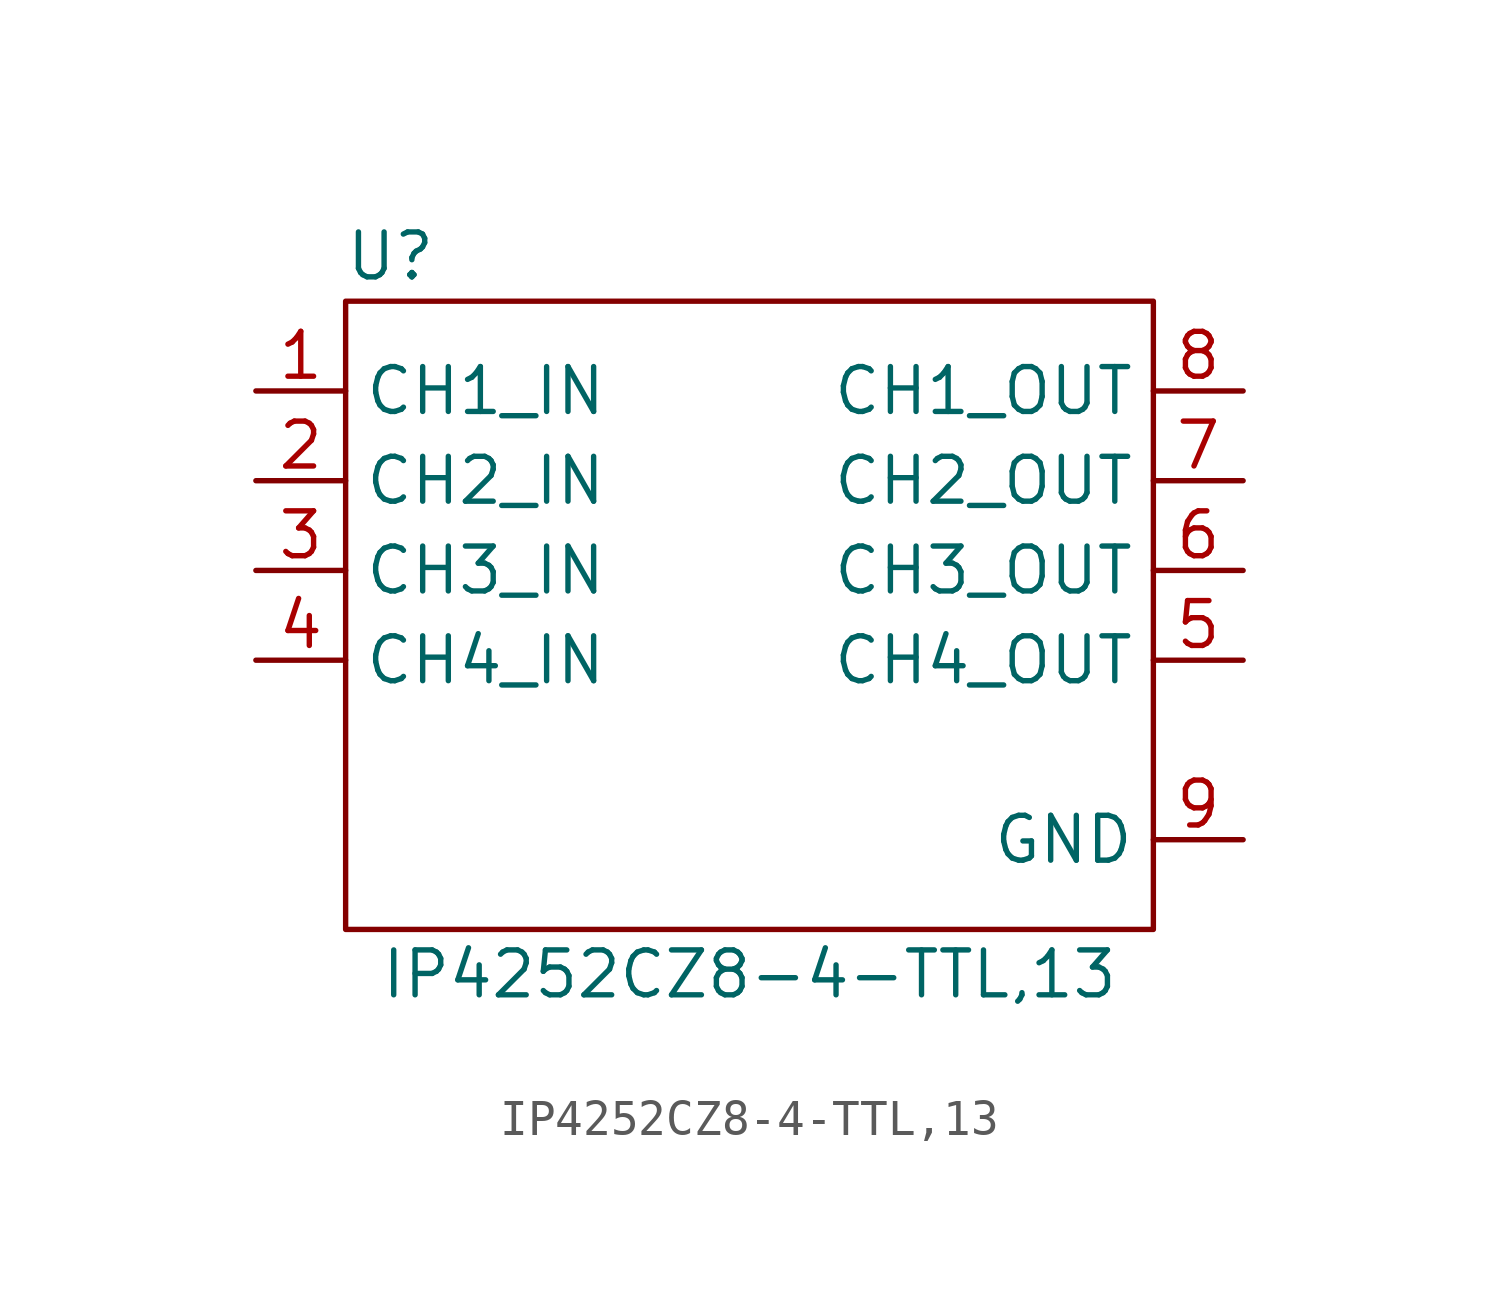
<source format=kicad_sym>
(kicad_symbol_lib
  (version 20211014)
  (generator kicad_symbol_editor)
  (symbol "IP4252CZ8-4-TTL,13"
    (property "Reference" "U"
      (at 1.27 19.05 0)
      (effects (font (size 1.27 1.27))))
    (property "Value" "IP4252CZ8-4-TTL,13"
      (at 11.43 -1.27 0)
      (effects (font (size 1.27 1.27))))
    (symbol "IP4252CZ8-4-TTL,13_0_0"
      (pin bidirectional line (at -2.54 12.7 0) (length 2.54) (name "CH2_IN" (effects (font (size 1.27 1.27)))) (number "2" (effects (font (size 1.27 1.27)))))
      (pin bidirectional line (at -2.54 10.16 0) (length 2.54) (name "CH3_IN" (effects (font (size 1.27 1.27)))) (number "3" (effects (font (size 1.27 1.27)))))
      (pin bidirectional line (at -2.54 7.62 0) (length 2.54) (name "CH4_IN" (effects (font (size 1.27 1.27)))) (number "4" (effects (font (size 1.27 1.27)))))
      (pin bidirectional line (at 25.4 7.62 180) (length 2.54) (name "CH4_OUT" (effects (font (size 1.27 1.27)))) (number "5" (effects (font (size 1.27 1.27)))))
      (pin bidirectional line (at 25.4 10.16 180) (length 2.54) (name "CH3_OUT" (effects (font (size 1.27 1.27)))) (number "6" (effects (font (size 1.27 1.27)))))
      (pin bidirectional line (at 25.4 12.7 180) (length 2.54) (name "CH2_OUT" (effects (font (size 1.27 1.27)))) (number "7" (effects (font (size 1.27 1.27)))))
      (pin power_out line (at 25.4 2.54 180) (length 2.54) (name "GND" (effects (font (size 1.27 1.27)))) (number "9" (effects (font (size 1.27 1.27))))))
    (symbol "IP4252CZ8-4-TTL,13_0_1"
      (rectangle (start 0 17.78) (end 22.86 0) (stroke (width 0) (type default) (color 0 0 0 0)) (fill (type none))))
    (symbol "IP4252CZ8-4-TTL,13_1_1"
      (pin bidirectional line (at -2.54 15.24 0) (length 2.54) (name "CH1_IN" (effects (font (size 1.27 1.27)))) (number "1" (effects (font (size 1.27 1.27)))))
      (pin bidirectional line (at 25.4 15.24 180) (length 2.54) (name "CH1_OUT" (effects (font (size 1.27 1.27)))) (number "8" (effects (font (size 1.27 1.27))))))))
</source>
